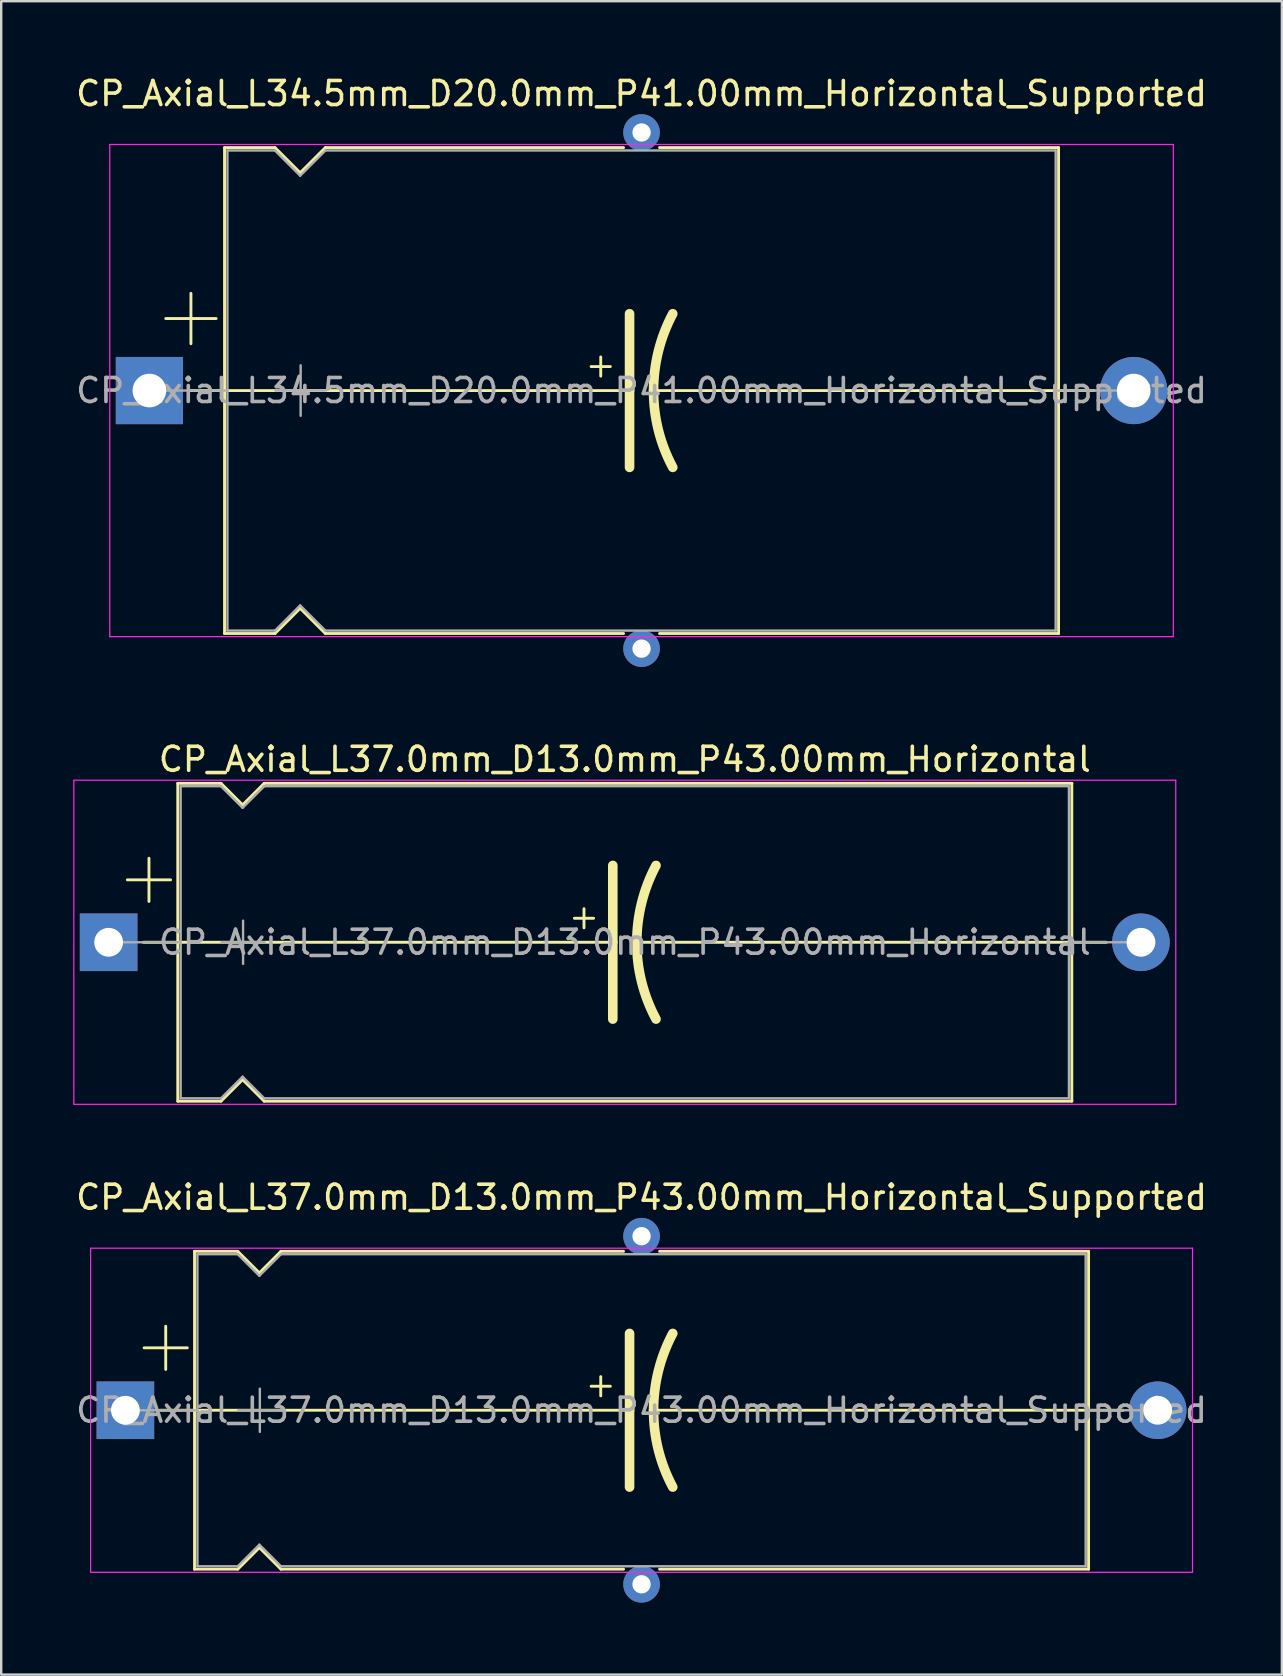
<source format=kicad_pcb>
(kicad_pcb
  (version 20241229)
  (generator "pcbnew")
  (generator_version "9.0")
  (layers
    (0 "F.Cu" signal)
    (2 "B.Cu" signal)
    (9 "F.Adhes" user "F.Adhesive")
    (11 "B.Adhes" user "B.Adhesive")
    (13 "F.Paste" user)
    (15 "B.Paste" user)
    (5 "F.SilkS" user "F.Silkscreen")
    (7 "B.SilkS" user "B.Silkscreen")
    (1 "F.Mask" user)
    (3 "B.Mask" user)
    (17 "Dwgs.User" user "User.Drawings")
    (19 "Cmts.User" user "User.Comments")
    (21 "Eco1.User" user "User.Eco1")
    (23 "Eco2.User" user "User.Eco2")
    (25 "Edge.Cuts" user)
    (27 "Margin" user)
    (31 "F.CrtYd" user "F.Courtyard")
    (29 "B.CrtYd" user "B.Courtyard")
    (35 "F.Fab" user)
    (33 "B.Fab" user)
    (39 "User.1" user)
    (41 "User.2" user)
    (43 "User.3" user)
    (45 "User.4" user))
  (footprint "CP_Axial_L37.0mm_D13.0mm_P43.00mm_Horizontal_Supported"
    (layer "F.Cu")
    (at 2.173 55.692)
    (property "Reference" "CP_Axial_L37.0mm_D13.0mm_P43.00mm_Horizontal_Supported" (at 21.5 -8.87 0) (layer "F.SilkS") (effects (font (size 1 1) (thickness 0.15))))
    (attr through_hole)
    (fp_line (start 0.78 -2.6) (end 2.58 -2.6) (stroke (width 0.12) (type solid)) (layer "F.SilkS"))
    (fp_line (start 1.44 0) (end 2.88 0) (stroke (width 0.12) (type solid)) (layer "F.SilkS"))
    (fp_line (start 1.68 -3.5) (end 1.68 -1.7) (stroke (width 0.12) (type solid)) (layer "F.SilkS"))
    (fp_line (start 2.88 -6.62) (end 2.88 6.62) (stroke (width 0.12) (type solid)) (layer "F.SilkS"))
    (fp_line (start 2.88 -6.62) (end 4.68 -6.62) (stroke (width 0.12) (type solid)) (layer "F.SilkS"))
    (fp_line (start 2.88 0) (end 21 0) (stroke (width 0.12) (type solid)) (layer "F.SilkS"))
    (fp_line (start 2.88 6.62) (end 4.68 6.62) (stroke (width 0.12) (type solid)) (layer "F.SilkS"))
    (fp_line (start 4.68 -6.62) (end 5.58 -5.72) (stroke (width 0.12) (type solid)) (layer "F.SilkS"))
    (fp_line (start 4.68 6.62) (end 5.58 5.72) (stroke (width 0.12) (type solid)) (layer "F.SilkS"))
    (fp_line (start 5.58 -5.72) (end 6.48 -6.62) (stroke (width 0.12) (type solid)) (layer "F.SilkS"))
    (fp_line (start 5.58 5.72) (end 6.48 6.62) (stroke (width 0.12) (type solid)) (layer "F.SilkS"))
    (fp_line (start 6.48 -6.62) (end 20.75 -6.62) (stroke (width 0.12) (type solid)) (layer "F.SilkS"))
    (fp_line (start 6.48 6.62) (end 20.75 6.62) (stroke (width 0.12) (type solid)) (layer "F.SilkS"))
    (fp_line (start 19.4 -1) (end 20.2 -1) (stroke (width 0.12) (type solid)) (layer "F.SilkS"))
    (fp_line (start 19.8 -1.4) (end 19.8 -0.6) (stroke (width 0.12) (type solid)) (layer "F.SilkS"))
    (fp_line (start 21 0) (end 21 -3.2) (stroke (width 0.4) (type solid)) (layer "F.SilkS"))
    (fp_line (start 21 0) (end 21 3.2) (stroke (width 0.4) (type solid)) (layer "F.SilkS"))
    (fp_line (start 22.25 -6.62) (end 40.12 -6.62) (stroke (width 0.12) (type solid)) (layer "F.SilkS"))
    (fp_line (start 22.25 6.62) (end 40.12 6.62) (stroke (width 0.12) (type solid)) (layer "F.SilkS"))
    (fp_line (start 40.12 -6.62) (end 40.12 6.62) (stroke (width 0.12) (type solid)) (layer "F.SilkS"))
    (fp_line (start 40.12 0) (end 22 0) (stroke (width 0.12) (type solid)) (layer "F.SilkS"))
    (fp_line (start 41.56 0) (end 40.12 0) (stroke (width 0.12) (type solid)) (layer "F.SilkS"))
    (fp_arc (start 22 0) (mid 22.203545 -1.649114) (end 22.8 -3.2) (stroke (width 0.4) (type solid)) (layer "F.SilkS"))
    (fp_arc (start 22.8 3.2) (mid 22.200709 1.649823) (end 22 0) (stroke (width 0.4) (type solid)) (layer "F.SilkS"))
    (fp_line (start -1.45 -6.75) (end -1.45 6.75) (stroke (width 0.05) (type solid)) (layer "F.CrtYd"))
    (fp_line (start -1.45 6.75) (end 44.45 6.75) (stroke (width 0.05) (type solid)) (layer "F.CrtYd"))
    (fp_line (start 44.45 -6.75) (end -1.45 -6.75) (stroke (width 0.05) (type solid)) (layer "F.CrtYd"))
    (fp_line (start 44.45 6.75) (end 44.45 -6.75) (stroke (width 0.05) (type solid)) (layer "F.CrtYd"))
    (fp_line (start 0 0) (end 3 0) (stroke (width 0.1) (type solid)) (layer "F.Fab"))
    (fp_line (start 3 -6.5) (end 3 6.5) (stroke (width 0.1) (type solid)) (layer "F.Fab"))
    (fp_line (start 3 -6.5) (end 4.68 -6.5) (stroke (width 0.1) (type solid)) (layer "F.Fab"))
    (fp_line (start 3 6.5) (end 4.68 6.5) (stroke (width 0.1) (type solid)) (layer "F.Fab"))
    (fp_line (start 4.68 -6.5) (end 5.58 -5.6) (stroke (width 0.1) (type solid)) (layer "F.Fab"))
    (fp_line (start 4.68 6.5) (end 5.58 5.6) (stroke (width 0.1) (type solid)) (layer "F.Fab"))
    (fp_line (start 4.7 0) (end 6.5 0) (stroke (width 0.1) (type solid)) (layer "F.Fab"))
    (fp_line (start 5.58 -5.6) (end 6.48 -6.5) (stroke (width 0.1) (type solid)) (layer "F.Fab"))
    (fp_line (start 5.58 5.6) (end 6.48 6.5) (stroke (width 0.1) (type solid)) (layer "F.Fab"))
    (fp_line (start 5.6 -0.9) (end 5.6 0.9) (stroke (width 0.1) (type solid)) (layer "F.Fab"))
    (fp_line (start 6.48 -6.5) (end 40 -6.5) (stroke (width 0.1) (type solid)) (layer "F.Fab"))
    (fp_line (start 6.48 6.5) (end 40 6.5) (stroke (width 0.1) (type solid)) (layer "F.Fab"))
    (fp_line (start 40 -6.5) (end 40 6.5) (stroke (width 0.1) (type solid)) (layer "F.Fab"))
    (fp_line (start 43 0) (end 40 0) (stroke (width 0.1) (type solid)) (layer "F.Fab"))
    (fp_text user "${REFERENCE}" (at 21.5 0 0) (layer "F.Fab") (effects (font (size 1 1) (thickness 0.15))))
    (pad "" thru_hole circle (at 21.5 -7.25) (size 1.524 1.524) (drill 0.762) (layers "*.Cu" "*.Mask"))
    (pad "" thru_hole circle (at 21.5 7.25) (size 1.524 1.524) (drill 0.762) (layers "*.Cu" "*.Mask"))
    (pad "1" thru_hole rect (at 0 0) (size 2.4 2.4) (drill 1.2) (layers "*.Cu" "*.Mask"))
    (pad "2" thru_hole oval (at 43 0) (size 2.4 2.4) (drill 1.2) (layers "*.Cu" "*.Mask")))
  (footprint "CP_Axial_L37.0mm_D13.0mm_P43.00mm_Horizontal"
    (layer "F.Cu")
    (at 1.475 36.199)
    (property "Reference" "CP_Axial_L37.0mm_D13.0mm_P43.00mm_Horizontal" (at 21.5 -7.62 0) (layer "F.SilkS") (effects (font (size 1 1) (thickness 0.15))))
    (attr through_hole)
    (fp_line (start 0.78 -2.6) (end 2.58 -2.6) (stroke (width 0.12) (type solid)) (layer "F.SilkS"))
    (fp_line (start 1.44 0) (end 2.88 0) (stroke (width 0.12) (type solid)) (layer "F.SilkS"))
    (fp_line (start 1.68 -3.5) (end 1.68 -1.7) (stroke (width 0.12) (type solid)) (layer "F.SilkS"))
    (fp_line (start 2.88 -6.62) (end 2.88 6.62) (stroke (width 0.12) (type solid)) (layer "F.SilkS"))
    (fp_line (start 2.88 -6.62) (end 4.68 -6.62) (stroke (width 0.12) (type solid)) (layer "F.SilkS"))
    (fp_line (start 2.88 0) (end 21 0) (stroke (width 0.12) (type solid)) (layer "F.SilkS"))
    (fp_line (start 2.88 6.62) (end 4.68 6.62) (stroke (width 0.12) (type solid)) (layer "F.SilkS"))
    (fp_line (start 4.68 -6.62) (end 5.58 -5.72) (stroke (width 0.12) (type solid)) (layer "F.SilkS"))
    (fp_line (start 4.68 6.62) (end 5.58 5.72) (stroke (width 0.12) (type solid)) (layer "F.SilkS"))
    (fp_line (start 5.58 -5.72) (end 6.48 -6.62) (stroke (width 0.12) (type solid)) (layer "F.SilkS"))
    (fp_line (start 5.58 5.72) (end 6.48 6.62) (stroke (width 0.12) (type solid)) (layer "F.SilkS"))
    (fp_line (start 6.48 -6.62) (end 40.12 -6.62) (stroke (width 0.12) (type solid)) (layer "F.SilkS"))
    (fp_line (start 6.48 6.62) (end 40.12 6.62) (stroke (width 0.12) (type solid)) (layer "F.SilkS"))
    (fp_line (start 19.4 -1) (end 20.2 -1) (stroke (width 0.12) (type solid)) (layer "F.SilkS"))
    (fp_line (start 19.8 -1.4) (end 19.8 -0.6) (stroke (width 0.12) (type solid)) (layer "F.SilkS"))
    (fp_line (start 21 0) (end 21 -3.2) (stroke (width 0.4) (type solid)) (layer "F.SilkS"))
    (fp_line (start 21 0) (end 21 3.2) (stroke (width 0.4) (type solid)) (layer "F.SilkS"))
    (fp_line (start 40.12 -6.62) (end 40.12 6.62) (stroke (width 0.12) (type solid)) (layer "F.SilkS"))
    (fp_line (start 40.12 0) (end 22 0) (stroke (width 0.12) (type solid)) (layer "F.SilkS"))
    (fp_line (start 41.56 0) (end 40.12 0) (stroke (width 0.12) (type solid)) (layer "F.SilkS"))
    (fp_arc (start 22 0) (mid 22.203545 -1.649114) (end 22.8 -3.2) (stroke (width 0.4) (type solid)) (layer "F.SilkS"))
    (fp_arc (start 22.8 3.2) (mid 22.200709 1.649823) (end 22 0) (stroke (width 0.4) (type solid)) (layer "F.SilkS"))
    (fp_line (start -1.45 -6.75) (end -1.45 6.75) (stroke (width 0.05) (type solid)) (layer "F.CrtYd"))
    (fp_line (start -1.45 6.75) (end 44.45 6.75) (stroke (width 0.05) (type solid)) (layer "F.CrtYd"))
    (fp_line (start 44.45 -6.75) (end -1.45 -6.75) (stroke (width 0.05) (type solid)) (layer "F.CrtYd"))
    (fp_line (start 44.45 6.75) (end 44.45 -6.75) (stroke (width 0.05) (type solid)) (layer "F.CrtYd"))
    (fp_line (start 0 0) (end 3 0) (stroke (width 0.1) (type solid)) (layer "F.Fab"))
    (fp_line (start 3 -6.5) (end 3 6.5) (stroke (width 0.1) (type solid)) (layer "F.Fab"))
    (fp_line (start 3 -6.5) (end 4.68 -6.5) (stroke (width 0.1) (type solid)) (layer "F.Fab"))
    (fp_line (start 3 6.5) (end 4.68 6.5) (stroke (width 0.1) (type solid)) (layer "F.Fab"))
    (fp_line (start 4.68 -6.5) (end 5.58 -5.6) (stroke (width 0.1) (type solid)) (layer "F.Fab"))
    (fp_line (start 4.68 6.5) (end 5.58 5.6) (stroke (width 0.1) (type solid)) (layer "F.Fab"))
    (fp_line (start 4.7 0) (end 6.5 0) (stroke (width 0.1) (type solid)) (layer "F.Fab"))
    (fp_line (start 5.58 -5.6) (end 6.48 -6.5) (stroke (width 0.1) (type solid)) (layer "F.Fab"))
    (fp_line (start 5.58 5.6) (end 6.48 6.5) (stroke (width 0.1) (type solid)) (layer "F.Fab"))
    (fp_line (start 5.6 -0.9) (end 5.6 0.9) (stroke (width 0.1) (type solid)) (layer "F.Fab"))
    (fp_line (start 6.48 -6.5) (end 40 -6.5) (stroke (width 0.1) (type solid)) (layer "F.Fab"))
    (fp_line (start 6.48 6.5) (end 40 6.5) (stroke (width 0.1) (type solid)) (layer "F.Fab"))
    (fp_line (start 40 -6.5) (end 40 6.5) (stroke (width 0.1) (type solid)) (layer "F.Fab"))
    (fp_line (start 43 0) (end 40 0) (stroke (width 0.1) (type solid)) (layer "F.Fab"))
    (fp_text user "${REFERENCE}" (at 21.5 0 0) (layer "F.Fab") (effects (font (size 1 1) (thickness 0.15))))
    (pad "1" thru_hole rect (at 0 0) (size 2.4 2.4) (drill 1.2) (layers "*.Cu" "*.Mask"))
    (pad "2" thru_hole oval (at 43 0) (size 2.4 2.4) (drill 1.2) (layers "*.Cu" "*.Mask")))
  (footprint "CP_Axial_L34.5mm_D20.0mm_P41.00mm_Horizontal_Supported"
    (layer "F.Cu")
    (at 3.173 13.218)
    (property "Reference" "CP_Axial_L34.5mm_D20.0mm_P41.00mm_Horizontal_Supported" (at 20.5 -12.37 0) (layer "F.SilkS") (effects (font (size 1 1) (thickness 0.15))))
    (attr through_hole)
    (fp_line (start 0.68 -3) (end 2.78 -3) (stroke (width 0.12) (type solid)) (layer "F.SilkS"))
    (fp_line (start 1.64 0) (end 3.13 0) (stroke (width 0.12) (type solid)) (layer "F.SilkS"))
    (fp_line (start 1.73 -4.05) (end 1.73 -1.95) (stroke (width 0.12) (type solid)) (layer "F.SilkS"))
    (fp_line (start 3.13 -10.12) (end 3.13 10.12) (stroke (width 0.12) (type solid)) (layer "F.SilkS"))
    (fp_line (start 3.13 -10.12) (end 5.23 -10.12) (stroke (width 0.12) (type solid)) (layer "F.SilkS"))
    (fp_line (start 3.13 0) (end 20 0) (stroke (width 0.12) (type solid)) (layer "F.SilkS"))
    (fp_line (start 3.13 10.12) (end 5.23 10.12) (stroke (width 0.12) (type solid)) (layer "F.SilkS"))
    (fp_line (start 5.23 -10.12) (end 6.28 -9.07) (stroke (width 0.12) (type solid)) (layer "F.SilkS"))
    (fp_line (start 5.23 10.12) (end 6.28 9.07) (stroke (width 0.12) (type solid)) (layer "F.SilkS"))
    (fp_line (start 6.28 -9.07) (end 7.33 -10.12) (stroke (width 0.12) (type solid)) (layer "F.SilkS"))
    (fp_line (start 6.28 9.07) (end 7.33 10.12) (stroke (width 0.12) (type solid)) (layer "F.SilkS"))
    (fp_line (start 7.33 -10.12) (end 19.75 -10.12) (stroke (width 0.12) (type solid)) (layer "F.SilkS"))
    (fp_line (start 7.33 10.12) (end 19.75 10.12) (stroke (width 0.12) (type solid)) (layer "F.SilkS"))
    (fp_line (start 18.4 -1) (end 19.2 -1) (stroke (width 0.12) (type solid)) (layer "F.SilkS"))
    (fp_line (start 18.8 -1.4) (end 18.8 -0.6) (stroke (width 0.12) (type solid)) (layer "F.SilkS"))
    (fp_line (start 20 0) (end 20 -3.2) (stroke (width 0.4) (type solid)) (layer "F.SilkS"))
    (fp_line (start 20 0) (end 20 3.2) (stroke (width 0.4) (type solid)) (layer "F.SilkS"))
    (fp_line (start 21.25 -10.12) (end 37.87 -10.12) (stroke (width 0.12) (type solid)) (layer "F.SilkS"))
    (fp_line (start 21.25 10.12) (end 37.87 10.12) (stroke (width 0.12) (type solid)) (layer "F.SilkS"))
    (fp_line (start 37.87 -10.12) (end 37.87 10.12) (stroke (width 0.12) (type solid)) (layer "F.SilkS"))
    (fp_line (start 37.87 0) (end 21 0) (stroke (width 0.12) (type solid)) (layer "F.SilkS"))
    (fp_line (start 39.36 0) (end 37.87 0) (stroke (width 0.12) (type solid)) (layer "F.SilkS"))
    (fp_arc (start 21 0) (mid 21.203545 -1.649114) (end 21.8 -3.2) (stroke (width 0.4) (type solid)) (layer "F.SilkS"))
    (fp_arc (start 21.8 3.2) (mid 21.200709 1.649823) (end 21 0) (stroke (width 0.4) (type solid)) (layer "F.SilkS"))
    (fp_line (start -1.65 -10.25) (end -1.65 10.25) (stroke (width 0.05) (type solid)) (layer "F.CrtYd"))
    (fp_line (start -1.65 10.25) (end 42.65 10.25) (stroke (width 0.05) (type solid)) (layer "F.CrtYd"))
    (fp_line (start 42.65 -10.25) (end -1.65 -10.25) (stroke (width 0.05) (type solid)) (layer "F.CrtYd"))
    (fp_line (start 42.65 10.25) (end 42.65 -10.25) (stroke (width 0.05) (type solid)) (layer "F.CrtYd"))
    (fp_line (start 0 0) (end 3.25 0) (stroke (width 0.1) (type solid)) (layer "F.Fab"))
    (fp_line (start 3.25 -10) (end 3.25 10) (stroke (width 0.1) (type solid)) (layer "F.Fab"))
    (fp_line (start 3.25 -10) (end 5.23 -10) (stroke (width 0.1) (type solid)) (layer "F.Fab"))
    (fp_line (start 3.25 10) (end 5.23 10) (stroke (width 0.1) (type solid)) (layer "F.Fab"))
    (fp_line (start 5.23 -10) (end 6.28 -8.95) (stroke (width 0.1) (type solid)) (layer "F.Fab"))
    (fp_line (start 5.23 10) (end 6.28 8.95) (stroke (width 0.1) (type solid)) (layer "F.Fab"))
    (fp_line (start 5.25 0) (end 7.35 0) (stroke (width 0.1) (type solid)) (layer "F.Fab"))
    (fp_line (start 6.28 -8.95) (end 7.33 -10) (stroke (width 0.1) (type solid)) (layer "F.Fab"))
    (fp_line (start 6.28 8.95) (end 7.33 10) (stroke (width 0.1) (type solid)) (layer "F.Fab"))
    (fp_line (start 6.3 -1.05) (end 6.3 1.05) (stroke (width 0.1) (type solid)) (layer "F.Fab"))
    (fp_line (start 7.33 -10) (end 37.75 -10) (stroke (width 0.1) (type solid)) (layer "F.Fab"))
    (fp_line (start 7.33 10) (end 37.75 10) (stroke (width 0.1) (type solid)) (layer "F.Fab"))
    (fp_line (start 37.75 -10) (end 37.75 10) (stroke (width 0.1) (type solid)) (layer "F.Fab"))
    (fp_line (start 41 0) (end 37.75 0) (stroke (width 0.1) (type solid)) (layer "F.Fab"))
    (fp_text user "${REFERENCE}" (at 20.5 0 0) (layer "F.Fab") (effects (font (size 1 1) (thickness 0.15))))
    (pad "" thru_hole circle (at 20.5 -10.75) (size 1.524 1.524) (drill 0.762) (layers "*.Cu" "*.Mask"))
    (pad "" thru_hole circle (at 20.5 10.75) (size 1.524 1.524) (drill 0.762) (layers "*.Cu" "*.Mask"))
    (pad "1" thru_hole rect (at 0 0) (size 2.8 2.8) (drill 1.4) (layers "*.Cu" "*.Mask"))
    (pad "2" thru_hole oval (at 41 0) (size 2.8 2.8) (drill 1.4) (layers "*.Cu" "*.Mask")))
  (gr_rect
    (start -3 -3)
    (end 50.345 66.704)
    (stroke (width 0.1) (type default))
    (fill no)
    (layer "Edge.Cuts")))
</source>
